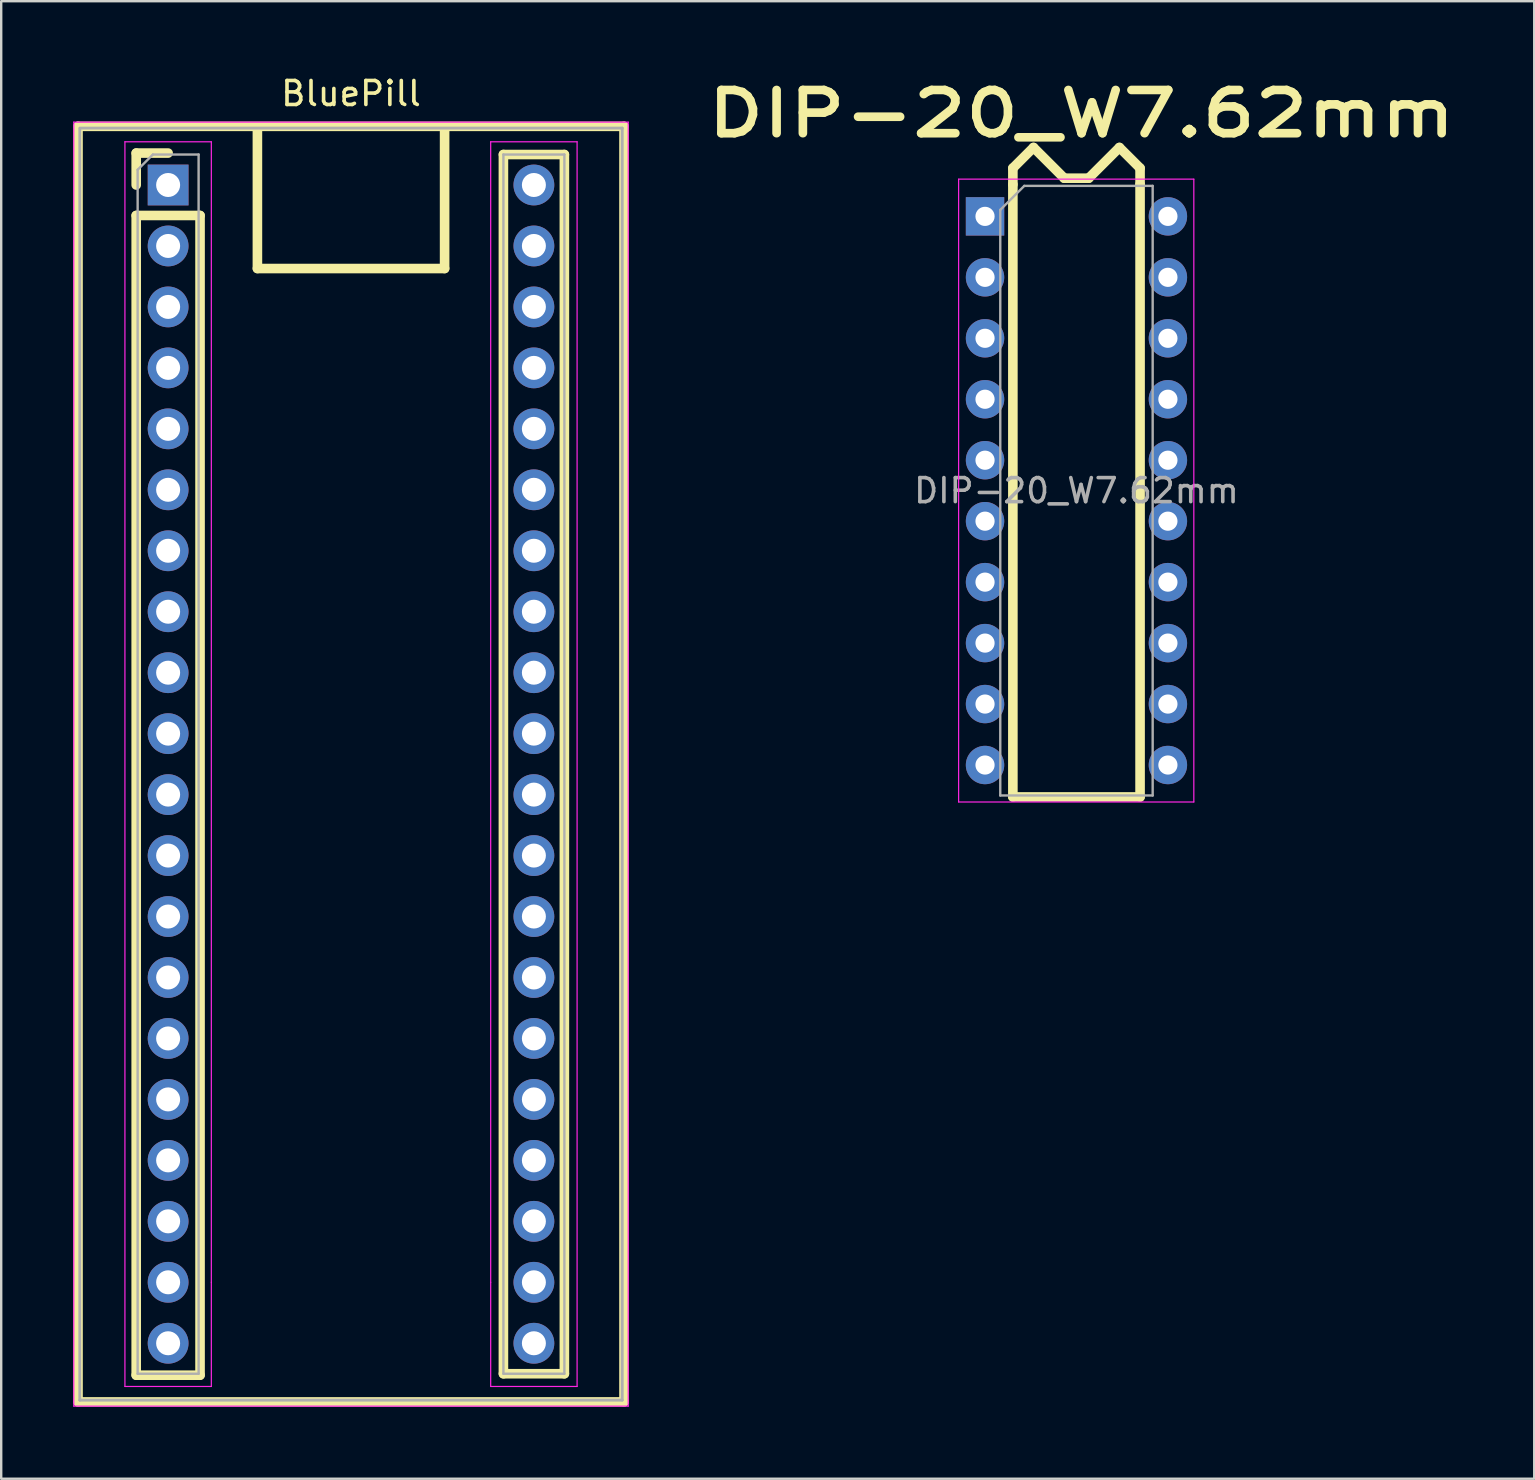
<source format=kicad_pcb>
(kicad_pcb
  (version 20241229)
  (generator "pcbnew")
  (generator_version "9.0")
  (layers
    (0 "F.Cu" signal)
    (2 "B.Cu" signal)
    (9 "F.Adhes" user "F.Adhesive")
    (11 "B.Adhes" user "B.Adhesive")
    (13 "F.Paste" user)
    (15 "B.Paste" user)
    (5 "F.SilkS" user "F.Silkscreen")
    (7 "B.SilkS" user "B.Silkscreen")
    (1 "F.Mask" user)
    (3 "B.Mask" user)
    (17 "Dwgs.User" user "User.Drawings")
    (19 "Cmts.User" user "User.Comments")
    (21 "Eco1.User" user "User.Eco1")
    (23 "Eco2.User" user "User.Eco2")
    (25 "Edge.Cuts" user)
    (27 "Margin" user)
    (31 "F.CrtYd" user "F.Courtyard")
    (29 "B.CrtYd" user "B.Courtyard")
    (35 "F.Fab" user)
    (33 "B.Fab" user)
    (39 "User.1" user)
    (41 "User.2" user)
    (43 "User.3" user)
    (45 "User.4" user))
  (footprint "DIP-20_W7.62mm"
    (layer "F.Cu")
    (at 38.012 5.955)
    (property "Reference" "DIP-20_W7.62mm" (at 4 -4.27 0) (layer "F.SilkS") (effects (font (size 1.8 2.3) (thickness 0.36) (bold yes))))
    (attr through_hole)
    (fp_line (start 1.14 -2) (end 2 -2.86) (stroke (width 0.4) (type default)) (layer "F.SilkS"))
    (fp_line (start 1.14 -1.32) (end 1.14 -2) (stroke (width 0.4) (type default)) (layer "F.SilkS"))
    (fp_line (start 1.14 -1.32) (end 1.14 24.2) (stroke (width 0.4) (type solid)) (layer "F.SilkS"))
    (fp_line (start 1.14 24.2) (end 6.44 24.2) (stroke (width 0.4) (type solid)) (layer "F.SilkS"))
    (fp_line (start 2 -2.86) (end 3.28 -1.58) (stroke (width 0.4) (type default)) (layer "F.SilkS"))
    (fp_line (start 3.28 -1.58) (end 4.3 -1.58) (stroke (width 0.4) (type default)) (layer "F.SilkS"))
    (fp_line (start 5.58 -2.86) (end 4.3 -1.58) (stroke (width 0.4) (type default)) (layer "F.SilkS"))
    (fp_line (start 6.44 -2) (end 5.58 -2.86) (stroke (width 0.4) (type default)) (layer "F.SilkS"))
    (fp_line (start 6.44 -1.32) (end 6.44 -2) (stroke (width 0.4) (type default)) (layer "F.SilkS"))
    (fp_line (start 6.44 24.2) (end 6.44 -1.32) (stroke (width 0.4) (type solid)) (layer "F.SilkS"))
    (fp_line (start -1.12 -1.54) (end -1.12 24.41) (stroke (width 0.05) (type solid)) (layer "F.CrtYd"))
    (fp_line (start -1.12 24.41) (end 8.68 24.41) (stroke (width 0.05) (type solid)) (layer "F.CrtYd"))
    (fp_line (start 8.68 -1.54) (end -1.12 -1.54) (stroke (width 0.05) (type solid)) (layer "F.CrtYd"))
    (fp_line (start 8.68 24.41) (end 8.68 -1.54) (stroke (width 0.05) (type solid)) (layer "F.CrtYd"))
    (fp_line (start 0.615 -0.26) (end 1.615 -1.26) (stroke (width 0.1) (type solid)) (layer "F.Fab"))
    (fp_line (start 0.615 24.14) (end 0.615 -0.26) (stroke (width 0.1) (type solid)) (layer "F.Fab"))
    (fp_line (start 1.615 -1.26) (end 6.965 -1.26) (stroke (width 0.1) (type solid)) (layer "F.Fab"))
    (fp_line (start 6.965 -1.26) (end 6.965 24.14) (stroke (width 0.1) (type solid)) (layer "F.Fab"))
    (fp_line (start 6.965 24.14) (end 0.615 24.14) (stroke (width 0.1) (type solid)) (layer "F.Fab"))
    (fp_text user "${REFERENCE}" (at 3.79 11.44 0) (layer "F.Fab") (effects (font (size 1 1) (thickness 0.15))))
    (pad "1" thru_hole rect (at -0.02 0.01) (size 1.6 1.6) (drill 0.8) (layers "*.Cu" "*.Mask"))
    (pad "2" thru_hole oval (at -0.02 2.55) (size 1.6 1.6) (drill 0.8) (layers "*.Cu" "*.Mask"))
    (pad "3" thru_hole oval (at -0.02 5.09) (size 1.6 1.6) (drill 0.8) (layers "*.Cu" "*.Mask"))
    (pad "4" thru_hole oval (at -0.02 7.63) (size 1.6 1.6) (drill 0.8) (layers "*.Cu" "*.Mask"))
    (pad "5" thru_hole oval (at -0.02 10.17) (size 1.6 1.6) (drill 0.8) (layers "*.Cu" "*.Mask"))
    (pad "6" thru_hole oval (at -0.02 12.71) (size 1.6 1.6) (drill 0.8) (layers "*.Cu" "*.Mask"))
    (pad "7" thru_hole oval (at -0.02 15.25) (size 1.6 1.6) (drill 0.8) (layers "*.Cu" "*.Mask"))
    (pad "8" thru_hole oval (at -0.02 17.79) (size 1.6 1.6) (drill 0.8) (layers "*.Cu" "*.Mask"))
    (pad "9" thru_hole oval (at -0.02 20.33) (size 1.6 1.6) (drill 0.8) (layers "*.Cu" "*.Mask"))
    (pad "10" thru_hole oval (at -0.02 22.87) (size 1.6 1.6) (drill 0.8) (layers "*.Cu" "*.Mask"))
    (pad "11" thru_hole oval (at 7.6 22.87) (size 1.6 1.6) (drill 0.8) (layers "*.Cu" "*.Mask"))
    (pad "12" thru_hole oval (at 7.6 20.33) (size 1.6 1.6) (drill 0.8) (layers "*.Cu" "*.Mask"))
    (pad "13" thru_hole oval (at 7.6 17.79) (size 1.6 1.6) (drill 0.8) (layers "*.Cu" "*.Mask"))
    (pad "14" thru_hole oval (at 7.6 15.25) (size 1.6 1.6) (drill 0.8) (layers "*.Cu" "*.Mask"))
    (pad "15" thru_hole oval (at 7.6 12.71) (size 1.6 1.6) (drill 0.8) (layers "*.Cu" "*.Mask"))
    (pad "16" thru_hole oval (at 7.6 10.17) (size 1.6 1.6) (drill 0.8) (layers "*.Cu" "*.Mask"))
    (pad "17" thru_hole oval (at 7.6 7.63) (size 1.6 1.6) (drill 0.8) (layers "*.Cu" "*.Mask"))
    (pad "18" thru_hole oval (at 7.6 5.09) (size 1.6 1.6) (drill 0.8) (layers "*.Cu" "*.Mask"))
    (pad "19" thru_hole oval (at 7.6 2.55) (size 1.6 1.6) (drill 0.8) (layers "*.Cu" "*.Mask"))
    (pad "20" thru_hole oval (at 7.6 0.01) (size 1.6 1.6) (drill 0.8) (layers "*.Cu" "*.Mask")))
  (footprint "BluePill"
    (layer "F.Cu")
    (at 3.955 4.658)
    (property "Reference" "BluePill" (at 7.62 -3.81 0) (layer "F.SilkS") (effects (font (size 1 1) (thickness 0.15))))
    (attr through_hole)
    (fp_line (start -3.755 -2.445) (end 18.995 -2.445) (stroke (width 0.4) (type solid)) (layer "F.SilkS"))
    (fp_line (start -3.755 50.705) (end -3.755 -2.445) (stroke (width 0.4) (type solid)) (layer "F.SilkS"))
    (fp_line (start -1.33 -1.33) (end 0 -1.33) (stroke (width 0.4) (type solid)) (layer "F.SilkS"))
    (fp_line (start -1.33 0) (end -1.33 -1.33) (stroke (width 0.4) (type solid)) (layer "F.SilkS"))
    (fp_line (start -1.33 1.27) (end 1.33 1.27) (stroke (width 0.4) (type solid)) (layer "F.SilkS"))
    (fp_line (start -1.33 49.59) (end -1.33 1.27) (stroke (width 0.4) (type solid)) (layer "F.SilkS"))
    (fp_line (start 1.33 1.27) (end 1.33 49.59) (stroke (width 0.4) (type solid)) (layer "F.SilkS"))
    (fp_line (start 1.33 49.59) (end -1.33 49.59) (stroke (width 0.4) (type solid)) (layer "F.SilkS"))
    (fp_line (start 3.72 3.48) (end 3.72 -2.32) (stroke (width 0.4) (type solid)) (layer "F.SilkS"))
    (fp_line (start 3.72 3.48) (end 11.52 3.48) (stroke (width 0.4) (type solid)) (layer "F.SilkS"))
    (fp_line (start 11.52 3.48) (end 11.52 -2.32) (stroke (width 0.4) (type solid)) (layer "F.SilkS"))
    (fp_line (start 13.97 -1.27) (end 16.51 -1.27) (stroke (width 0.4) (type solid)) (layer "F.SilkS"))
    (fp_line (start 13.97 49.53) (end 13.97 -1.27) (stroke (width 0.4) (type solid)) (layer "F.SilkS"))
    (fp_line (start 16.51 -1.27) (end 16.51 49.53) (stroke (width 0.4) (type solid)) (layer "F.SilkS"))
    (fp_line (start 16.51 49.53) (end 13.97 49.53) (stroke (width 0.4) (type solid)) (layer "F.SilkS"))
    (fp_line (start 18.995 -2.445) (end 18.995 50.705) (stroke (width 0.4) (type solid)) (layer "F.SilkS"))
    (fp_line (start 18.995 50.705) (end -3.755 50.705) (stroke (width 0.4) (type solid)) (layer "F.SilkS"))
    (fp_line (start -3.93 -2.62) (end 19.17 -2.62) (stroke (width 0.05) (type solid)) (layer "F.CrtYd"))
    (fp_line (start -3.93 50.88) (end -3.93 -2.62) (stroke (width 0.05) (type solid)) (layer "F.CrtYd"))
    (fp_line (start -1.8 -1.8) (end -1.8 50.06) (stroke (width 0.05) (type solid)) (layer "F.CrtYd"))
    (fp_line (start -1.8 50.06) (end 1.8 50.06) (stroke (width 0.05) (type solid)) (layer "F.CrtYd"))
    (fp_line (start 1.8 -1.8) (end -1.8 -1.8) (stroke (width 0.05) (type solid)) (layer "F.CrtYd"))
    (fp_line (start 1.8 -1.8) (end 1.8 45.72) (stroke (width 0.05) (type solid)) (layer "F.CrtYd"))
    (fp_line (start 1.8 45.72) (end 1.8 50.06) (stroke (width 0.05) (type solid)) (layer "F.CrtYd"))
    (fp_line (start 13.44 -1.8) (end 13.44 45.72) (stroke (width 0.05) (type solid)) (layer "F.CrtYd"))
    (fp_line (start 13.44 -1.8) (end 17.04 -1.8) (stroke (width 0.05) (type solid)) (layer "F.CrtYd"))
    (fp_line (start 13.44 45.72) (end 13.44 50.06) (stroke (width 0.05) (type solid)) (layer "F.CrtYd"))
    (fp_line (start 17.04 -1.8) (end 17.04 50.06) (stroke (width 0.05) (type solid)) (layer "F.CrtYd"))
    (fp_line (start 17.04 50.06) (end 13.44 50.06) (stroke (width 0.05) (type solid)) (layer "F.CrtYd"))
    (fp_line (start 19.17 -2.62) (end 19.17 50.88) (stroke (width 0.05) (type solid)) (layer "F.CrtYd"))
    (fp_line (start 19.17 50.88) (end -3.93 50.88) (stroke (width 0.05) (type solid)) (layer "F.CrtYd"))
    (fp_line (start -3.68 -2.37) (end 18.92 -2.37) (stroke (width 0.12) (type solid)) (layer "F.Fab"))
    (fp_line (start -3.68 50.63) (end -3.68 -2.32) (stroke (width 0.12) (type solid)) (layer "F.Fab"))
    (fp_line (start -3.68 50.63) (end 18.92 50.63) (stroke (width 0.12) (type solid)) (layer "F.Fab"))
    (fp_line (start -1.27 -0.635) (end -0.635 -1.27) (stroke (width 0.1) (type solid)) (layer "F.Fab"))
    (fp_line (start -1.27 49.53) (end -1.27 -0.635) (stroke (width 0.1) (type solid)) (layer "F.Fab"))
    (fp_line (start -0.635 -1.27) (end 1.27 -1.27) (stroke (width 0.1) (type solid)) (layer "F.Fab"))
    (fp_line (start 1.27 -1.27) (end 1.27 49.53) (stroke (width 0.1) (type solid)) (layer "F.Fab"))
    (fp_line (start 1.27 49.53) (end -1.27 49.53) (stroke (width 0.1) (type solid)) (layer "F.Fab"))
    (fp_line (start 13.97 -1.27) (end 16.51 -1.27) (stroke (width 0.1) (type solid)) (layer "F.Fab"))
    (fp_line (start 13.97 49.53) (end 13.97 -1.27) (stroke (width 0.1) (type solid)) (layer "F.Fab"))
    (fp_line (start 16.51 -1.27) (end 16.51 49.53) (stroke (width 0.1) (type solid)) (layer "F.Fab"))
    (fp_line (start 16.51 49.53) (end 13.97 49.53) (stroke (width 0.1) (type solid)) (layer "F.Fab"))
    (fp_line (start 18.92 -2.37) (end 18.92 50.63) (stroke (width 0.12) (type solid)) (layer "F.Fab"))
    (pad "1" thru_hole rect (at 0 0) (size 1.7 1.7) (drill 1) (layers "*.Cu" "*.Mask"))
    (pad "2" thru_hole circle (at 0 2.54) (size 1.7 1.7) (drill 1) (layers "*.Cu" "*.Mask"))
    (pad "3" thru_hole circle (at 0 5.08) (size 1.7 1.7) (drill 1) (layers "*.Cu" "*.Mask"))
    (pad "4" thru_hole circle (at 0 7.62) (size 1.7 1.7) (drill 1) (layers "*.Cu" "*.Mask"))
    (pad "5" thru_hole circle (at 0 10.16) (size 1.7 1.7) (drill 1) (layers "*.Cu" "*.Mask"))
    (pad "6" thru_hole circle (at 0 12.7) (size 1.7 1.7) (drill 1) (layers "*.Cu" "*.Mask"))
    (pad "7" thru_hole circle (at 0 15.24) (size 1.7 1.7) (drill 1) (layers "*.Cu" "*.Mask"))
    (pad "8" thru_hole circle (at 0 17.78) (size 1.7 1.7) (drill 1) (layers "*.Cu" "*.Mask"))
    (pad "9" thru_hole circle (at 0 20.32) (size 1.7 1.7) (drill 1) (layers "*.Cu" "*.Mask"))
    (pad "10" thru_hole circle (at 0 22.86) (size 1.7 1.7) (drill 1) (layers "*.Cu" "*.Mask"))
    (pad "11" thru_hole circle (at 0 25.4) (size 1.7 1.7) (drill 1) (layers "*.Cu" "*.Mask"))
    (pad "12" thru_hole circle (at 0 27.94) (size 1.7 1.7) (drill 1) (layers "*.Cu" "*.Mask"))
    (pad "13" thru_hole circle (at 0 30.48) (size 1.7 1.7) (drill 1) (layers "*.Cu" "*.Mask"))
    (pad "14" thru_hole circle (at 0 33.02) (size 1.7 1.7) (drill 1) (layers "*.Cu" "*.Mask"))
    (pad "15" thru_hole circle (at 0 35.56) (size 1.7 1.7) (drill 1) (layers "*.Cu" "*.Mask"))
    (pad "16" thru_hole circle (at 0 38.1) (size 1.7 1.7) (drill 1) (layers "*.Cu" "*.Mask"))
    (pad "17" thru_hole circle (at 0 40.64) (size 1.7 1.7) (drill 1) (layers "*.Cu" "*.Mask"))
    (pad "18" thru_hole circle (at 0 43.18) (size 1.7 1.7) (drill 1) (layers "*.Cu" "*.Mask"))
    (pad "19" thru_hole circle (at 0 45.72) (size 1.7 1.7) (drill 1) (layers "*.Cu" "*.Mask"))
    (pad "20" thru_hole circle (at 0 48.26) (size 1.7 1.7) (drill 1) (layers "*.Cu" "*.Mask"))
    (pad "21" thru_hole circle (at 15.24 48.26) (size 1.7 1.7) (drill 1) (layers "*.Cu" "*.Mask"))
    (pad "22" thru_hole circle (at 15.24 45.72) (size 1.7 1.7) (drill 1) (layers "*.Cu" "*.Mask"))
    (pad "23" thru_hole circle (at 15.24 43.18) (size 1.7 1.7) (drill 1) (layers "*.Cu" "*.Mask"))
    (pad "24" thru_hole circle (at 15.24 40.64) (size 1.7 1.7) (drill 1) (layers "*.Cu" "*.Mask"))
    (pad "25" thru_hole circle (at 15.24 38.1) (size 1.7 1.7) (drill 1) (layers "*.Cu" "*.Mask"))
    (pad "26" thru_hole circle (at 15.24 35.56) (size 1.7 1.7) (drill 1) (layers "*.Cu" "*.Mask"))
    (pad "27" thru_hole circle (at 15.24 33.02) (size 1.7 1.7) (drill 1) (layers "*.Cu" "*.Mask"))
    (pad "28" thru_hole circle (at 15.24 30.48) (size 1.7 1.7) (drill 1) (layers "*.Cu" "*.Mask"))
    (pad "29" thru_hole circle (at 15.24 27.94) (size 1.7 1.7) (drill 1) (layers "*.Cu" "*.Mask"))
    (pad "30" thru_hole circle (at 15.24 25.4) (size 1.7 1.7) (drill 1) (layers "*.Cu" "*.Mask"))
    (pad "31" thru_hole circle (at 15.24 22.86) (size 1.7 1.7) (drill 1) (layers "*.Cu" "*.Mask"))
    (pad "32" thru_hole circle (at 15.24 20.32) (size 1.7 1.7) (drill 1) (layers "*.Cu" "*.Mask"))
    (pad "33" thru_hole circle (at 15.24 17.78) (size 1.7 1.7) (drill 1) (layers "*.Cu" "*.Mask"))
    (pad "34" thru_hole circle (at 15.24 15.24) (size 1.7 1.7) (drill 1) (layers "*.Cu" "*.Mask"))
    (pad "35" thru_hole circle (at 15.24 12.7) (size 1.7 1.7) (drill 1) (layers "*.Cu" "*.Mask"))
    (pad "36" thru_hole circle (at 15.24 10.16) (size 1.7 1.7) (drill 1) (layers "*.Cu" "*.Mask"))
    (pad "37" thru_hole circle (at 15.24 7.62) (size 1.7 1.7) (drill 1) (layers "*.Cu" "*.Mask"))
    (pad "38" thru_hole circle (at 15.24 5.08) (size 1.7 1.7) (drill 1) (layers "*.Cu" "*.Mask"))
    (pad "39" thru_hole circle (at 15.24 2.54) (size 1.7 1.7) (drill 1) (layers "*.Cu" "*.Mask"))
    (pad "40" thru_hole circle (at 15.24 0) (size 1.7 1.7) (drill 1) (layers "*.Cu" "*.Mask")))
  (gr_rect
    (start -3 -3)
    (end 60.875 58.563)
    (stroke (width 0.1) (type default))
    (fill no)
    (layer "Edge.Cuts")))
</source>
